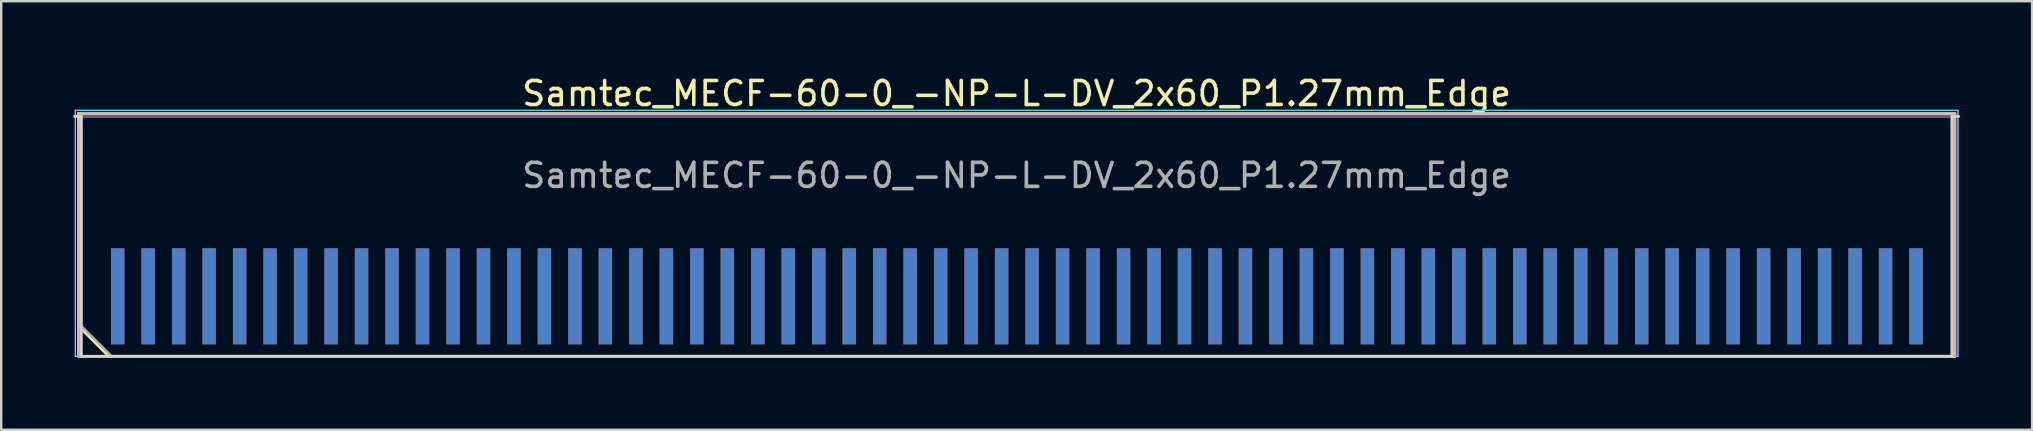
<source format=kicad_pcb>
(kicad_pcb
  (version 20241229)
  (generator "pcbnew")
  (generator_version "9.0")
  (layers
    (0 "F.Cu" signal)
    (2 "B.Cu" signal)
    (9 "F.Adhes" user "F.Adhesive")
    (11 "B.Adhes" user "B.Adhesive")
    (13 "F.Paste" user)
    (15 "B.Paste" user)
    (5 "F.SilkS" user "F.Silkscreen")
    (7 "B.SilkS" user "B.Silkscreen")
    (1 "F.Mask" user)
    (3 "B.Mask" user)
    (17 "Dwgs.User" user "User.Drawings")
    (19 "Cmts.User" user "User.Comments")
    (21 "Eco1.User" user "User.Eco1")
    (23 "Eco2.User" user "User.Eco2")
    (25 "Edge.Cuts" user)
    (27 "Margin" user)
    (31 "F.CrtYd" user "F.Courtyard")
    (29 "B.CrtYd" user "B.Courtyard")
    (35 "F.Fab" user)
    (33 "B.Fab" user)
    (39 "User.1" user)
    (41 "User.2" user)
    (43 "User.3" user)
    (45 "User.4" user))
  (footprint "Samtec_MECF-60-0_-NP-L-DV_2x60_P1.27mm_Edge"
    (layer "F.Cu")
    (at 39.31 6.798)
    (property "Reference" "Samtec_MECF-60-0_-NP-L-DV_2x60_P1.27mm_Edge" (at 0 -5.95 0) (layer "F.SilkS") (effects (font (size 1 1) (thickness 0.15))))
    (attr exclude_from_pos_files exclude_from_bom)
    (fp_line (start -39.09 -5.11) (end 39.09 -5.11) (stroke (width 0.12) (type solid)) (layer "F.SilkS"))
    (fp_line (start -39.09 3.73) (end -39.09 -5.11) (stroke (width 0.12) (type solid)) (layer "F.SilkS"))
    (fp_line (start -37.82 5) (end -39.09 3.73) (stroke (width 0.12) (type solid)) (layer "F.SilkS"))
    (fp_line (start -37.82 5) (end 39.09 5) (stroke (width 0.12) (type solid)) (layer "F.SilkS"))
    (fp_line (start 39.09 5) (end 39.09 -5.11) (stroke (width 0.12) (type solid)) (layer "F.SilkS"))
    (fp_line (start -39.09 -5.11) (end 39.09 -5.11) (stroke (width 0.12) (type solid)) (layer "B.SilkS"))
    (fp_line (start -39.09 5) (end -39.09 -5.11) (stroke (width 0.12) (type solid)) (layer "B.SilkS"))
    (fp_line (start -39.09 5) (end 39.09 5) (stroke (width 0.12) (type solid)) (layer "B.SilkS"))
    (fp_line (start 39.09 5) (end 39.09 -5.11) (stroke (width 0.12) (type solid)) (layer "B.SilkS"))
    (fp_line (start -39.25 -5) (end -38.975 -5) (stroke (width 0.12) (type solid)) (layer "Edge.Cuts"))
    (fp_line (start -38.975 5) (end -38.975 -5) (stroke (width 0.12) (type solid)) (layer "Edge.Cuts"))
    (fp_line (start -38.975 5) (end 38.975 5) (stroke (width 0.12) (type solid)) (layer "Edge.Cuts"))
    (fp_line (start 38.975 5) (end 38.975 -5) (stroke (width 0.12) (type solid)) (layer "Edge.Cuts"))
    (fp_line (start 39.25 -5) (end 38.975 -5) (stroke (width 0.12) (type solid)) (layer "Edge.Cuts"))
    (fp_line (start -39.22 -5.25) (end -39.22 5) (stroke (width 0.05) (type solid)) (layer "B.CrtYd"))
    (fp_line (start -39.22 5) (end 39.22 5) (stroke (width 0.05) (type solid)) (layer "B.CrtYd"))
    (fp_line (start 39.22 -5.25) (end -39.22 -5.25) (stroke (width 0.05) (type solid)) (layer "B.CrtYd"))
    (fp_line (start 39.22 5) (end 39.22 -5.25) (stroke (width 0.05) (type solid)) (layer "B.CrtYd"))
    (fp_line (start -39.22 -5.25) (end -39.22 5) (stroke (width 0.05) (type solid)) (layer "F.CrtYd"))
    (fp_line (start -39.22 5) (end 39.22 5) (stroke (width 0.05) (type solid)) (layer "F.CrtYd"))
    (fp_line (start 39.22 -5.25) (end -39.22 -5.25) (stroke (width 0.05) (type solid)) (layer "F.CrtYd"))
    (fp_line (start 39.22 5) (end 39.22 -5.25) (stroke (width 0.05) (type solid)) (layer "F.CrtYd"))
    (fp_line (start -38.975 -5) (end 38.975 -5) (stroke (width 0.1) (type solid)) (layer "B.Fab"))
    (fp_line (start -38.975 5) (end -38.975 -5) (stroke (width 0.1) (type solid)) (layer "B.Fab"))
    (fp_line (start -38.975 5) (end 38.975 5) (stroke (width 0.1) (type solid)) (layer "B.Fab"))
    (fp_line (start 38.975 5) (end 38.975 -5) (stroke (width 0.1) (type solid)) (layer "B.Fab"))
    (fp_line (start -38.975 -5) (end 38.975 -5) (stroke (width 0.1) (type solid)) (layer "F.Fab"))
    (fp_line (start -38.975 3.73) (end -38.975 -5) (stroke (width 0.1) (type solid)) (layer "F.Fab"))
    (fp_line (start -38.975 3.73) (end -37.705 5) (stroke (width 0.1) (type solid)) (layer "F.Fab"))
    (fp_line (start -37.705 5) (end 38.975 5) (stroke (width 0.1) (type solid)) (layer "F.Fab"))
    (fp_line (start 38.975 5) (end 38.975 -5) (stroke (width 0.1) (type solid)) (layer "F.Fab"))
    (fp_text user "${REFERENCE}" (at 0 -2.54 0) (layer "F.Fab") (effects (font (size 1 1) (thickness 0.15))))
    (pad "1" connect rect (at -37.455 2.5) (size 0.56 4) (layers "F.Cu" "F.Mask"))
    (pad "2" connect rect (at -37.455 2.5) (size 0.56 4) (layers "B.Cu" "B.Mask"))
    (pad "3" connect rect (at -36.185 2.5) (size 0.56 4) (layers "F.Cu" "F.Mask"))
    (pad "4" connect rect (at -36.185 2.5) (size 0.56 4) (layers "B.Cu" "B.Mask"))
    (pad "5" connect rect (at -34.915 2.5) (size 0.56 4) (layers "F.Cu" "F.Mask"))
    (pad "6" connect rect (at -34.915 2.5) (size 0.56 4) (layers "B.Cu" "B.Mask"))
    (pad "7" connect rect (at -33.645 2.5) (size 0.56 4) (layers "F.Cu" "F.Mask"))
    (pad "8" connect rect (at -33.645 2.5) (size 0.56 4) (layers "B.Cu" "B.Mask"))
    (pad "9" connect rect (at -32.375 2.5) (size 0.56 4) (layers "F.Cu" "F.Mask"))
    (pad "10" connect rect (at -32.375 2.5) (size 0.56 4) (layers "B.Cu" "B.Mask"))
    (pad "11" connect rect (at -31.105 2.5) (size 0.56 4) (layers "F.Cu" "F.Mask"))
    (pad "12" connect rect (at -31.105 2.5) (size 0.56 4) (layers "B.Cu" "B.Mask"))
    (pad "13" connect rect (at -29.835 2.5) (size 0.56 4) (layers "F.Cu" "F.Mask"))
    (pad "14" connect rect (at -29.835 2.5) (size 0.56 4) (layers "B.Cu" "B.Mask"))
    (pad "15" connect rect (at -28.565 2.5) (size 0.56 4) (layers "F.Cu" "F.Mask"))
    (pad "16" connect rect (at -28.565 2.5) (size 0.56 4) (layers "B.Cu" "B.Mask"))
    (pad "17" connect rect (at -27.295 2.5) (size 0.56 4) (layers "F.Cu" "F.Mask"))
    (pad "18" connect rect (at -27.295 2.5) (size 0.56 4) (layers "B.Cu" "B.Mask"))
    (pad "19" connect rect (at -26.025 2.5) (size 0.56 4) (layers "F.Cu" "F.Mask"))
    (pad "20" connect rect (at -26.025 2.5) (size 0.56 4) (layers "B.Cu" "B.Mask"))
    (pad "21" connect rect (at -24.755 2.5) (size 0.56 4) (layers "F.Cu" "F.Mask"))
    (pad "22" connect rect (at -24.755 2.5) (size 0.56 4) (layers "B.Cu" "B.Mask"))
    (pad "23" connect rect (at -23.485 2.5) (size 0.56 4) (layers "F.Cu" "F.Mask"))
    (pad "24" connect rect (at -23.485 2.5) (size 0.56 4) (layers "B.Cu" "B.Mask"))
    (pad "25" connect rect (at -22.215 2.5) (size 0.56 4) (layers "F.Cu" "F.Mask"))
    (pad "26" connect rect (at -22.215 2.5) (size 0.56 4) (layers "B.Cu" "B.Mask"))
    (pad "27" connect rect (at -20.945 2.5) (size 0.56 4) (layers "F.Cu" "F.Mask"))
    (pad "28" connect rect (at -20.945 2.5) (size 0.56 4) (layers "B.Cu" "B.Mask"))
    (pad "29" connect rect (at -19.675 2.5) (size 0.56 4) (layers "F.Cu" "F.Mask"))
    (pad "30" connect rect (at -19.675 2.5) (size 0.56 4) (layers "B.Cu" "B.Mask"))
    (pad "31" connect rect (at -18.405 2.5) (size 0.56 4) (layers "F.Cu" "F.Mask"))
    (pad "32" connect rect (at -18.405 2.5) (size 0.56 4) (layers "B.Cu" "B.Mask"))
    (pad "33" connect rect (at -17.135 2.5) (size 0.56 4) (layers "F.Cu" "F.Mask"))
    (pad "34" connect rect (at -17.135 2.5) (size 0.56 4) (layers "B.Cu" "B.Mask"))
    (pad "35" connect rect (at -15.865 2.5) (size 0.56 4) (layers "F.Cu" "F.Mask"))
    (pad "36" connect rect (at -15.865 2.5) (size 0.56 4) (layers "B.Cu" "B.Mask"))
    (pad "37" connect rect (at -14.595 2.5) (size 0.56 4) (layers "F.Cu" "F.Mask"))
    (pad "38" connect rect (at -14.595 2.5) (size 0.56 4) (layers "B.Cu" "B.Mask"))
    (pad "39" connect rect (at -13.325 2.5) (size 0.56 4) (layers "F.Cu" "F.Mask"))
    (pad "40" connect rect (at -13.325 2.5) (size 0.56 4) (layers "B.Cu" "B.Mask"))
    (pad "41" connect rect (at -12.055 2.5) (size 0.56 4) (layers "F.Cu" "F.Mask"))
    (pad "42" connect rect (at -12.055 2.5) (size 0.56 4) (layers "B.Cu" "B.Mask"))
    (pad "43" connect rect (at -10.785 2.5) (size 0.56 4) (layers "F.Cu" "F.Mask"))
    (pad "44" connect rect (at -10.785 2.5) (size 0.56 4) (layers "B.Cu" "B.Mask"))
    (pad "45" connect rect (at -9.515 2.5) (size 0.56 4) (layers "F.Cu" "F.Mask"))
    (pad "46" connect rect (at -9.515 2.5) (size 0.56 4) (layers "B.Cu" "B.Mask"))
    (pad "47" connect rect (at -8.245 2.5) (size 0.56 4) (layers "F.Cu" "F.Mask"))
    (pad "48" connect rect (at -8.245 2.5) (size 0.56 4) (layers "B.Cu" "B.Mask"))
    (pad "49" connect rect (at -6.975 2.5) (size 0.56 4) (layers "F.Cu" "F.Mask"))
    (pad "50" connect rect (at -6.975 2.5) (size 0.56 4) (layers "B.Cu" "B.Mask"))
    (pad "51" connect rect (at -5.705 2.5) (size 0.56 4) (layers "F.Cu" "F.Mask"))
    (pad "52" connect rect (at -5.705 2.5) (size 0.56 4) (layers "B.Cu" "B.Mask"))
    (pad "53" connect rect (at -4.435 2.5) (size 0.56 4) (layers "F.Cu" "F.Mask"))
    (pad "54" connect rect (at -4.435 2.5) (size 0.56 4) (layers "B.Cu" "B.Mask"))
    (pad "55" connect rect (at -3.165 2.5) (size 0.56 4) (layers "F.Cu" "F.Mask"))
    (pad "56" connect rect (at -3.165 2.5) (size 0.56 4) (layers "B.Cu" "B.Mask"))
    (pad "57" connect rect (at -1.895 2.5) (size 0.56 4) (layers "F.Cu" "F.Mask"))
    (pad "58" connect rect (at -1.895 2.5) (size 0.56 4) (layers "B.Cu" "B.Mask"))
    (pad "59" connect rect (at -0.625 2.5) (size 0.56 4) (layers "F.Cu" "F.Mask"))
    (pad "60" connect rect (at -0.625 2.5) (size 0.56 4) (layers "B.Cu" "B.Mask"))
    (pad "61" connect rect (at 0.645 2.5) (size 0.56 4) (layers "F.Cu" "F.Mask"))
    (pad "62" connect rect (at 0.645 2.5) (size 0.56 4) (layers "B.Cu" "B.Mask"))
    (pad "63" connect rect (at 1.915 2.5) (size 0.56 4) (layers "F.Cu" "F.Mask"))
    (pad "64" connect rect (at 1.915 2.5) (size 0.56 4) (layers "B.Cu" "B.Mask"))
    (pad "65" connect rect (at 3.185 2.5) (size 0.56 4) (layers "F.Cu" "F.Mask"))
    (pad "66" connect rect (at 3.185 2.5) (size 0.56 4) (layers "B.Cu" "B.Mask"))
    (pad "67" connect rect (at 4.455 2.5) (size 0.56 4) (layers "F.Cu" "F.Mask"))
    (pad "68" connect rect (at 4.455 2.5) (size 0.56 4) (layers "B.Cu" "B.Mask"))
    (pad "69" connect rect (at 5.725 2.5) (size 0.56 4) (layers "F.Cu" "F.Mask"))
    (pad "70" connect rect (at 5.725 2.5) (size 0.56 4) (layers "B.Cu" "B.Mask"))
    (pad "71" connect rect (at 6.995 2.5) (size 0.56 4) (layers "F.Cu" "F.Mask"))
    (pad "72" connect rect (at 6.995 2.5) (size 0.56 4) (layers "B.Cu" "B.Mask"))
    (pad "73" connect rect (at 8.265 2.5) (size 0.56 4) (layers "F.Cu" "F.Mask"))
    (pad "74" connect rect (at 8.265 2.5) (size 0.56 4) (layers "B.Cu" "B.Mask"))
    (pad "75" connect rect (at 9.535 2.5) (size 0.56 4) (layers "F.Cu" "F.Mask"))
    (pad "76" connect rect (at 9.535 2.5) (size 0.56 4) (layers "B.Cu" "B.Mask"))
    (pad "77" connect rect (at 10.805 2.5) (size 0.56 4) (layers "F.Cu" "F.Mask"))
    (pad "78" connect rect (at 10.805 2.5) (size 0.56 4) (layers "B.Cu" "B.Mask"))
    (pad "79" connect rect (at 12.075 2.5) (size 0.56 4) (layers "F.Cu" "F.Mask"))
    (pad "80" connect rect (at 12.075 2.5) (size 0.56 4) (layers "B.Cu" "B.Mask"))
    (pad "81" connect rect (at 13.345 2.5) (size 0.56 4) (layers "F.Cu" "F.Mask"))
    (pad "82" connect rect (at 13.345 2.5) (size 0.56 4) (layers "B.Cu" "B.Mask"))
    (pad "83" connect rect (at 14.615 2.5) (size 0.56 4) (layers "F.Cu" "F.Mask"))
    (pad "84" connect rect (at 14.615 2.5) (size 0.56 4) (layers "B.Cu" "B.Mask"))
    (pad "85" connect rect (at 15.885 2.5) (size 0.56 4) (layers "F.Cu" "F.Mask"))
    (pad "86" connect rect (at 15.885 2.5) (size 0.56 4) (layers "B.Cu" "B.Mask"))
    (pad "87" connect rect (at 17.155 2.5) (size 0.56 4) (layers "F.Cu" "F.Mask"))
    (pad "88" connect rect (at 17.155 2.5) (size 0.56 4) (layers "B.Cu" "B.Mask"))
    (pad "89" connect rect (at 18.425 2.5) (size 0.56 4) (layers "F.Cu" "F.Mask"))
    (pad "90" connect rect (at 18.425 2.5) (size 0.56 4) (layers "B.Cu" "B.Mask"))
    (pad "91" connect rect (at 19.695 2.5) (size 0.56 4) (layers "F.Cu" "F.Mask"))
    (pad "92" connect rect (at 19.695 2.5) (size 0.56 4) (layers "B.Cu" "B.Mask"))
    (pad "93" connect rect (at 20.965 2.5) (size 0.56 4) (layers "F.Cu" "F.Mask"))
    (pad "94" connect rect (at 20.965 2.5) (size 0.56 4) (layers "B.Cu" "B.Mask"))
    (pad "95" connect rect (at 22.235 2.5) (size 0.56 4) (layers "F.Cu" "F.Mask"))
    (pad "96" connect rect (at 22.235 2.5) (size 0.56 4) (layers "B.Cu" "B.Mask"))
    (pad "97" connect rect (at 23.505 2.5) (size 0.56 4) (layers "F.Cu" "F.Mask"))
    (pad "98" connect rect (at 23.505 2.5) (size 0.56 4) (layers "B.Cu" "B.Mask"))
    (pad "99" connect rect (at 24.775 2.5) (size 0.56 4) (layers "F.Cu" "F.Mask"))
    (pad "100" connect rect (at 24.775 2.5) (size 0.56 4) (layers "B.Cu" "B.Mask"))
    (pad "101" connect rect (at 26.045 2.5) (size 0.56 4) (layers "F.Cu" "F.Mask"))
    (pad "102" connect rect (at 26.045 2.5) (size 0.56 4) (layers "B.Cu" "B.Mask"))
    (pad "103" connect rect (at 27.315 2.5) (size 0.56 4) (layers "F.Cu" "F.Mask"))
    (pad "104" connect rect (at 27.315 2.5) (size 0.56 4) (layers "B.Cu" "B.Mask"))
    (pad "105" connect rect (at 28.585 2.5) (size 0.56 4) (layers "F.Cu" "F.Mask"))
    (pad "106" connect rect (at 28.585 2.5) (size 0.56 4) (layers "B.Cu" "B.Mask"))
    (pad "107" connect rect (at 29.855 2.5) (size 0.56 4) (layers "F.Cu" "F.Mask"))
    (pad "108" connect rect (at 29.855 2.5) (size 0.56 4) (layers "B.Cu" "B.Mask"))
    (pad "109" connect rect (at 31.125 2.5) (size 0.56 4) (layers "F.Cu" "F.Mask"))
    (pad "110" connect rect (at 31.125 2.5) (size 0.56 4) (layers "B.Cu" "B.Mask"))
    (pad "111" connect rect (at 32.395 2.5) (size 0.56 4) (layers "F.Cu" "F.Mask"))
    (pad "112" connect rect (at 32.395 2.5) (size 0.56 4) (layers "B.Cu" "B.Mask"))
    (pad "113" connect rect (at 33.665 2.5) (size 0.56 4) (layers "F.Cu" "F.Mask"))
    (pad "114" connect rect (at 33.665 2.5) (size 0.56 4) (layers "B.Cu" "B.Mask"))
    (pad "115" connect rect (at 34.935 2.5) (size 0.56 4) (layers "F.Cu" "F.Mask"))
    (pad "116" connect rect (at 34.935 2.5) (size 0.56 4) (layers "B.Cu" "B.Mask"))
    (pad "117" connect rect (at 36.205 2.5) (size 0.56 4) (layers "F.Cu" "F.Mask"))
    (pad "118" connect rect (at 36.205 2.5) (size 0.56 4) (layers "B.Cu" "B.Mask"))
    (pad "119" connect rect (at 37.475 2.5) (size 0.56 4) (layers "F.Cu" "F.Mask"))
    (pad "120" connect rect (at 37.475 2.5) (size 0.56 4) (layers "B.Cu" "B.Mask")))
  (gr_rect
    (start -3 -3)
    (end 81.62 14.858)
    (stroke (width 0.1) (type default))
    (fill no)
    (layer "Edge.Cuts")))
</source>
